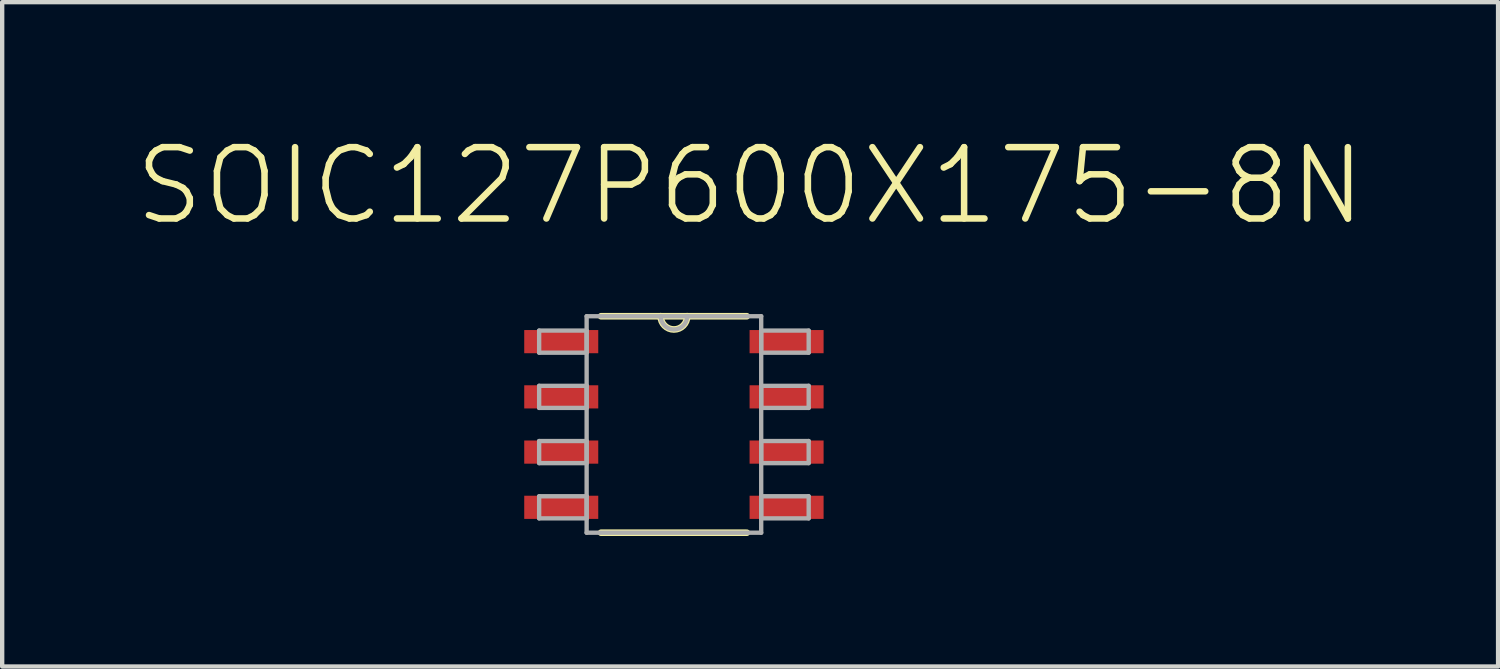
<source format=kicad_pcb>
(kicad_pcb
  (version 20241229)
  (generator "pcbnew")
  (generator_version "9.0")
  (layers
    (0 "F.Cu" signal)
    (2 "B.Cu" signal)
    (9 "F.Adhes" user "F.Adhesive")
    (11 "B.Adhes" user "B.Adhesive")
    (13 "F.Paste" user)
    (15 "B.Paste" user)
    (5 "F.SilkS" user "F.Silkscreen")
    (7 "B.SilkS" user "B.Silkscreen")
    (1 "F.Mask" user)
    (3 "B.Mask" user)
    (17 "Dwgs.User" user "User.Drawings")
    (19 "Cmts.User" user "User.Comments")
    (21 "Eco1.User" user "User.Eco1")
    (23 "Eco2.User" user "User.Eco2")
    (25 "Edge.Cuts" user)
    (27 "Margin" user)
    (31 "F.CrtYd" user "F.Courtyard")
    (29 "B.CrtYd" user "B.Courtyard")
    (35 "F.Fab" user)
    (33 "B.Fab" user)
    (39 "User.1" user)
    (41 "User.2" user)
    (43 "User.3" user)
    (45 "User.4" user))
  (footprint "SOIC127P600X175-8N"
    (layer "F.Cu")
    (at 12.447 6.711)
    (property "Reference" "SOIC127P600X175-8N" (at 1.753 -5.488 0) (layer "F.SilkS") (effects (font (size 1.64 1.64) (thickness 0.15))))
    (attr through_hole)
    (fp_line (start -1.676 2.489) (end 1.676 2.489) (stroke (width 0.152) (type solid)) (layer "F.SilkS"))
    (fp_line (start -0.305 -2.489) (end -1.676 -2.489) (stroke (width 0.152) (type solid)) (layer "F.SilkS"))
    (fp_line (start 0.305 -2.489) (end -0.305 -2.489) (stroke (width 0.152) (type solid)) (layer "F.SilkS"))
    (fp_line (start 1.676 -2.489) (end 0.305 -2.489) (stroke (width 0.152) (type solid)) (layer "F.SilkS"))
    (fp_arc (start 0.3048 -2.4892) (mid 0 -2.1844) (end -0.3048 -2.4892) (stroke (width 0.1524) (type solid)) (layer "F.SilkS"))
    (fp_line (start -3.099 -2.159) (end -3.099 -1.651) (stroke (width 0.1) (type solid)) (layer "F.Fab"))
    (fp_line (start -3.099 -1.651) (end -2.007 -1.651) (stroke (width 0.1) (type solid)) (layer "F.Fab"))
    (fp_line (start -3.099 -0.889) (end -3.099 -0.381) (stroke (width 0.1) (type solid)) (layer "F.Fab"))
    (fp_line (start -3.099 -0.381) (end -2.007 -0.381) (stroke (width 0.1) (type solid)) (layer "F.Fab"))
    (fp_line (start -3.099 0.381) (end -3.099 0.889) (stroke (width 0.1) (type solid)) (layer "F.Fab"))
    (fp_line (start -3.099 0.889) (end -2.007 0.889) (stroke (width 0.1) (type solid)) (layer "F.Fab"))
    (fp_line (start -3.099 1.651) (end -3.099 2.159) (stroke (width 0.1) (type solid)) (layer "F.Fab"))
    (fp_line (start -3.099 2.159) (end -2.007 2.159) (stroke (width 0.1) (type solid)) (layer "F.Fab"))
    (fp_line (start -2.007 -2.489) (end -2.007 2.489) (stroke (width 0.1) (type solid)) (layer "F.Fab"))
    (fp_line (start -2.007 -2.159) (end -3.099 -2.159) (stroke (width 0.1) (type solid)) (layer "F.Fab"))
    (fp_line (start -2.007 -1.651) (end -2.007 -2.159) (stroke (width 0.1) (type solid)) (layer "F.Fab"))
    (fp_line (start -2.007 -0.889) (end -3.099 -0.889) (stroke (width 0.1) (type solid)) (layer "F.Fab"))
    (fp_line (start -2.007 -0.381) (end -2.007 -0.889) (stroke (width 0.1) (type solid)) (layer "F.Fab"))
    (fp_line (start -2.007 0.381) (end -3.099 0.381) (stroke (width 0.1) (type solid)) (layer "F.Fab"))
    (fp_line (start -2.007 0.889) (end -2.007 0.381) (stroke (width 0.1) (type solid)) (layer "F.Fab"))
    (fp_line (start -2.007 1.651) (end -3.099 1.651) (stroke (width 0.1) (type solid)) (layer "F.Fab"))
    (fp_line (start -2.007 2.159) (end -2.007 1.651) (stroke (width 0.1) (type solid)) (layer "F.Fab"))
    (fp_line (start -2.007 2.489) (end 2.007 2.489) (stroke (width 0.1) (type solid)) (layer "F.Fab"))
    (fp_line (start -0.305 -2.489) (end -2.007 -2.489) (stroke (width 0.1) (type solid)) (layer "F.Fab"))
    (fp_line (start 0.305 -2.489) (end -0.305 -2.489) (stroke (width 0.1) (type solid)) (layer "F.Fab"))
    (fp_line (start 2.007 -2.489) (end 0.305 -2.489) (stroke (width 0.1) (type solid)) (layer "F.Fab"))
    (fp_line (start 2.007 -2.159) (end 2.007 -1.651) (stroke (width 0.1) (type solid)) (layer "F.Fab"))
    (fp_line (start 2.007 -1.651) (end 3.099 -1.651) (stroke (width 0.1) (type solid)) (layer "F.Fab"))
    (fp_line (start 2.007 -0.889) (end 2.007 -0.381) (stroke (width 0.1) (type solid)) (layer "F.Fab"))
    (fp_line (start 2.007 -0.381) (end 3.099 -0.381) (stroke (width 0.1) (type solid)) (layer "F.Fab"))
    (fp_line (start 2.007 0.381) (end 2.007 0.889) (stroke (width 0.1) (type solid)) (layer "F.Fab"))
    (fp_line (start 2.007 0.889) (end 3.099 0.889) (stroke (width 0.1) (type solid)) (layer "F.Fab"))
    (fp_line (start 2.007 1.651) (end 2.007 2.159) (stroke (width 0.1) (type solid)) (layer "F.Fab"))
    (fp_line (start 2.007 2.159) (end 3.099 2.159) (stroke (width 0.1) (type solid)) (layer "F.Fab"))
    (fp_line (start 2.007 2.489) (end 2.007 -2.489) (stroke (width 0.1) (type solid)) (layer "F.Fab"))
    (fp_line (start 3.099 -2.159) (end 2.007 -2.159) (stroke (width 0.1) (type solid)) (layer "F.Fab"))
    (fp_line (start 3.099 -1.651) (end 3.099 -2.159) (stroke (width 0.1) (type solid)) (layer "F.Fab"))
    (fp_line (start 3.099 -0.889) (end 2.007 -0.889) (stroke (width 0.1) (type solid)) (layer "F.Fab"))
    (fp_line (start 3.099 -0.381) (end 3.099 -0.889) (stroke (width 0.1) (type solid)) (layer "F.Fab"))
    (fp_line (start 3.099 0.381) (end 2.007 0.381) (stroke (width 0.1) (type solid)) (layer "F.Fab"))
    (fp_line (start 3.099 0.889) (end 3.099 0.381) (stroke (width 0.1) (type solid)) (layer "F.Fab"))
    (fp_line (start 3.099 1.651) (end 2.007 1.651) (stroke (width 0.1) (type solid)) (layer "F.Fab"))
    (fp_line (start 3.099 2.159) (end 3.099 1.651) (stroke (width 0.1) (type solid)) (layer "F.Fab"))
    (fp_arc (start 0.3048 -2.4892) (mid 0 -2.1844) (end -0.3048 -2.4892) (stroke (width 0.1) (type solid)) (layer "F.Fab"))
    (pad "1" smd rect (at -2.591 -1.905) (size 1.702 0.533) (layers "F.Cu" "F.Mask" "F.Paste"))
    (pad "2" smd rect (at -2.591 -0.635) (size 1.702 0.533) (layers "F.Cu" "F.Mask" "F.Paste"))
    (pad "3" smd rect (at -2.591 0.635) (size 1.702 0.533) (layers "F.Cu" "F.Mask" "F.Paste"))
    (pad "4" smd rect (at -2.591 1.905) (size 1.702 0.533) (layers "F.Cu" "F.Mask" "F.Paste"))
    (pad "5" smd rect (at 2.591 1.905) (size 1.702 0.533) (layers "F.Cu" "F.Mask" "F.Paste"))
    (pad "6" smd rect (at 2.591 0.635) (size 1.702 0.533) (layers "F.Cu" "F.Mask" "F.Paste"))
    (pad "7" smd rect (at 2.591 -0.635) (size 1.702 0.533) (layers "F.Cu" "F.Mask" "F.Paste"))
    (pad "8" smd rect (at 2.591 -1.905) (size 1.702 0.533) (layers "F.Cu" "F.Mask" "F.Paste")))
  (gr_rect
    (start -3 -3)
    (end 31.399 12.276)
    (stroke (width 0.1) (type default))
    (fill no)
    (layer "Edge.Cuts")))
</source>
